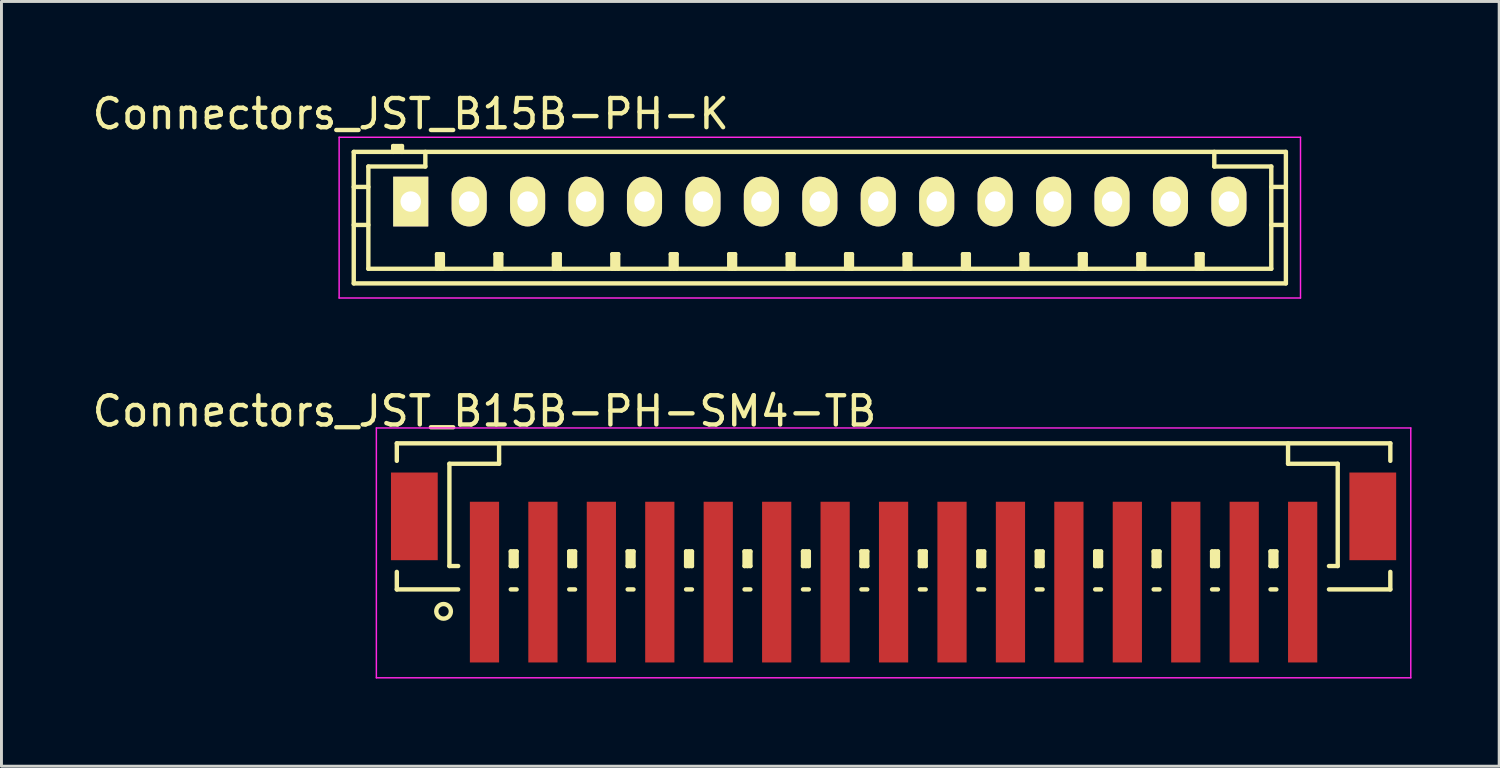
<source format=kicad_pcb>
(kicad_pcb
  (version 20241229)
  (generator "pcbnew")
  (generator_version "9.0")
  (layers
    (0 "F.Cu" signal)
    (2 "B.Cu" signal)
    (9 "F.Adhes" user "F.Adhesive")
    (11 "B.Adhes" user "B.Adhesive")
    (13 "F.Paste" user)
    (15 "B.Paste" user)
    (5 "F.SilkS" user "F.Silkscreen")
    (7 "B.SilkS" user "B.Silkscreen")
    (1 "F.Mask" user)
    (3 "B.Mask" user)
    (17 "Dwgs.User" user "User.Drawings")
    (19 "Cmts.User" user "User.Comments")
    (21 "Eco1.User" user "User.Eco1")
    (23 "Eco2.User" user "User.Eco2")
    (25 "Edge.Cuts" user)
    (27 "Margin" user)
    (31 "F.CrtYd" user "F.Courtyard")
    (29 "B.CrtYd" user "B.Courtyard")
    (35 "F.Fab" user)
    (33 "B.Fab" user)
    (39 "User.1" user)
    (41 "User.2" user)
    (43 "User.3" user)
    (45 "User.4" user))
  (footprint "Connectors_JST_B15B-PH-K"
    (layer "F.Cu")
    (at 11.006 3.848)
    (property "Reference" "Connectors_JST_B15B-PH-K" (at 0 -3 0) (layer "F.SilkS") (effects (font (size 1 1) (thickness 0.15))))
    (attr through_hole)
    (fp_line (start -1.95 -1.7) (end 29.95 -1.7) (stroke (width 0.15) (type solid)) (layer "F.SilkS"))
    (fp_line (start -1.95 -0.5) (end -1.45 -0.5) (stroke (width 0.15) (type solid)) (layer "F.SilkS"))
    (fp_line (start -1.95 0.8) (end -1.45 0.8) (stroke (width 0.15) (type solid)) (layer "F.SilkS"))
    (fp_line (start -1.95 2.8) (end -1.95 -1.7) (stroke (width 0.15) (type solid)) (layer "F.SilkS"))
    (fp_line (start -1.45 -1.2) (end -1.45 2.3) (stroke (width 0.15) (type solid)) (layer "F.SilkS"))
    (fp_line (start -1.45 2.3) (end 29.45 2.3) (stroke (width 0.15) (type solid)) (layer "F.SilkS"))
    (fp_line (start -0.6 -1.9) (end -0.6 -1.7) (stroke (width 0.15) (type solid)) (layer "F.SilkS"))
    (fp_line (start -0.3 -1.9) (end -0.6 -1.9) (stroke (width 0.15) (type solid)) (layer "F.SilkS"))
    (fp_line (start -0.3 -1.8) (end -0.6 -1.8) (stroke (width 0.15) (type solid)) (layer "F.SilkS"))
    (fp_line (start -0.3 -1.7) (end -0.3 -1.9) (stroke (width 0.15) (type solid)) (layer "F.SilkS"))
    (fp_line (start 0.5 -1.7) (end 0.5 -1.2) (stroke (width 0.15) (type solid)) (layer "F.SilkS"))
    (fp_line (start 0.5 -1.2) (end -1.45 -1.2) (stroke (width 0.15) (type solid)) (layer "F.SilkS"))
    (fp_line (start 0.9 1.8) (end 1.1 1.8) (stroke (width 0.15) (type solid)) (layer "F.SilkS"))
    (fp_line (start 0.9 2.3) (end 0.9 1.8) (stroke (width 0.15) (type solid)) (layer "F.SilkS"))
    (fp_line (start 1 2.3) (end 1 1.8) (stroke (width 0.15) (type solid)) (layer "F.SilkS"))
    (fp_line (start 1.1 1.8) (end 1.1 2.3) (stroke (width 0.15) (type solid)) (layer "F.SilkS"))
    (fp_line (start 2.9 1.8) (end 3.1 1.8) (stroke (width 0.15) (type solid)) (layer "F.SilkS"))
    (fp_line (start 2.9 2.3) (end 2.9 1.8) (stroke (width 0.15) (type solid)) (layer "F.SilkS"))
    (fp_line (start 3 2.3) (end 3 1.8) (stroke (width 0.15) (type solid)) (layer "F.SilkS"))
    (fp_line (start 3.1 1.8) (end 3.1 2.3) (stroke (width 0.15) (type solid)) (layer "F.SilkS"))
    (fp_line (start 4.9 1.8) (end 5.1 1.8) (stroke (width 0.15) (type solid)) (layer "F.SilkS"))
    (fp_line (start 4.9 2.3) (end 4.9 1.8) (stroke (width 0.15) (type solid)) (layer "F.SilkS"))
    (fp_line (start 5 2.3) (end 5 1.8) (stroke (width 0.15) (type solid)) (layer "F.SilkS"))
    (fp_line (start 5.1 1.8) (end 5.1 2.3) (stroke (width 0.15) (type solid)) (layer "F.SilkS"))
    (fp_line (start 6.9 1.8) (end 7.1 1.8) (stroke (width 0.15) (type solid)) (layer "F.SilkS"))
    (fp_line (start 6.9 2.3) (end 6.9 1.8) (stroke (width 0.15) (type solid)) (layer "F.SilkS"))
    (fp_line (start 7 2.3) (end 7 1.8) (stroke (width 0.15) (type solid)) (layer "F.SilkS"))
    (fp_line (start 7.1 1.8) (end 7.1 2.3) (stroke (width 0.15) (type solid)) (layer "F.SilkS"))
    (fp_line (start 8.9 1.8) (end 9.1 1.8) (stroke (width 0.15) (type solid)) (layer "F.SilkS"))
    (fp_line (start 8.9 2.3) (end 8.9 1.8) (stroke (width 0.15) (type solid)) (layer "F.SilkS"))
    (fp_line (start 9 2.3) (end 9 1.8) (stroke (width 0.15) (type solid)) (layer "F.SilkS"))
    (fp_line (start 9.1 1.8) (end 9.1 2.3) (stroke (width 0.15) (type solid)) (layer "F.SilkS"))
    (fp_line (start 10.9 1.8) (end 11.1 1.8) (stroke (width 0.15) (type solid)) (layer "F.SilkS"))
    (fp_line (start 10.9 2.3) (end 10.9 1.8) (stroke (width 0.15) (type solid)) (layer "F.SilkS"))
    (fp_line (start 11 2.3) (end 11 1.8) (stroke (width 0.15) (type solid)) (layer "F.SilkS"))
    (fp_line (start 11.1 1.8) (end 11.1 2.3) (stroke (width 0.15) (type solid)) (layer "F.SilkS"))
    (fp_line (start 12.9 1.8) (end 13.1 1.8) (stroke (width 0.15) (type solid)) (layer "F.SilkS"))
    (fp_line (start 12.9 2.3) (end 12.9 1.8) (stroke (width 0.15) (type solid)) (layer "F.SilkS"))
    (fp_line (start 13 2.3) (end 13 1.8) (stroke (width 0.15) (type solid)) (layer "F.SilkS"))
    (fp_line (start 13.1 1.8) (end 13.1 2.3) (stroke (width 0.15) (type solid)) (layer "F.SilkS"))
    (fp_line (start 14.9 1.8) (end 15.1 1.8) (stroke (width 0.15) (type solid)) (layer "F.SilkS"))
    (fp_line (start 14.9 2.3) (end 14.9 1.8) (stroke (width 0.15) (type solid)) (layer "F.SilkS"))
    (fp_line (start 15 2.3) (end 15 1.8) (stroke (width 0.15) (type solid)) (layer "F.SilkS"))
    (fp_line (start 15.1 1.8) (end 15.1 2.3) (stroke (width 0.15) (type solid)) (layer "F.SilkS"))
    (fp_line (start 16.9 1.8) (end 17.1 1.8) (stroke (width 0.15) (type solid)) (layer "F.SilkS"))
    (fp_line (start 16.9 2.3) (end 16.9 1.8) (stroke (width 0.15) (type solid)) (layer "F.SilkS"))
    (fp_line (start 17 2.3) (end 17 1.8) (stroke (width 0.15) (type solid)) (layer "F.SilkS"))
    (fp_line (start 17.1 1.8) (end 17.1 2.3) (stroke (width 0.15) (type solid)) (layer "F.SilkS"))
    (fp_line (start 18.9 1.8) (end 19.1 1.8) (stroke (width 0.15) (type solid)) (layer "F.SilkS"))
    (fp_line (start 18.9 2.3) (end 18.9 1.8) (stroke (width 0.15) (type solid)) (layer "F.SilkS"))
    (fp_line (start 19 2.3) (end 19 1.8) (stroke (width 0.15) (type solid)) (layer "F.SilkS"))
    (fp_line (start 19.1 1.8) (end 19.1 2.3) (stroke (width 0.15) (type solid)) (layer "F.SilkS"))
    (fp_line (start 20.9 1.8) (end 21.1 1.8) (stroke (width 0.15) (type solid)) (layer "F.SilkS"))
    (fp_line (start 20.9 2.3) (end 20.9 1.8) (stroke (width 0.15) (type solid)) (layer "F.SilkS"))
    (fp_line (start 21 2.3) (end 21 1.8) (stroke (width 0.15) (type solid)) (layer "F.SilkS"))
    (fp_line (start 21.1 1.8) (end 21.1 2.3) (stroke (width 0.15) (type solid)) (layer "F.SilkS"))
    (fp_line (start 22.9 1.8) (end 23.1 1.8) (stroke (width 0.15) (type solid)) (layer "F.SilkS"))
    (fp_line (start 22.9 2.3) (end 22.9 1.8) (stroke (width 0.15) (type solid)) (layer "F.SilkS"))
    (fp_line (start 23 2.3) (end 23 1.8) (stroke (width 0.15) (type solid)) (layer "F.SilkS"))
    (fp_line (start 23.1 1.8) (end 23.1 2.3) (stroke (width 0.15) (type solid)) (layer "F.SilkS"))
    (fp_line (start 24.9 1.8) (end 25.1 1.8) (stroke (width 0.15) (type solid)) (layer "F.SilkS"))
    (fp_line (start 24.9 2.3) (end 24.9 1.8) (stroke (width 0.15) (type solid)) (layer "F.SilkS"))
    (fp_line (start 25 2.3) (end 25 1.8) (stroke (width 0.15) (type solid)) (layer "F.SilkS"))
    (fp_line (start 25.1 1.8) (end 25.1 2.3) (stroke (width 0.15) (type solid)) (layer "F.SilkS"))
    (fp_line (start 26.9 1.8) (end 27.1 1.8) (stroke (width 0.15) (type solid)) (layer "F.SilkS"))
    (fp_line (start 26.9 2.3) (end 26.9 1.8) (stroke (width 0.15) (type solid)) (layer "F.SilkS"))
    (fp_line (start 27 2.3) (end 27 1.8) (stroke (width 0.15) (type solid)) (layer "F.SilkS"))
    (fp_line (start 27.1 1.8) (end 27.1 2.3) (stroke (width 0.15) (type solid)) (layer "F.SilkS"))
    (fp_line (start 27.5 -1.2) (end 27.5 -1.7) (stroke (width 0.15) (type solid)) (layer "F.SilkS"))
    (fp_line (start 29.45 -1.2) (end 27.5 -1.2) (stroke (width 0.15) (type solid)) (layer "F.SilkS"))
    (fp_line (start 29.45 -0.5) (end 29.95 -0.5) (stroke (width 0.15) (type solid)) (layer "F.SilkS"))
    (fp_line (start 29.45 0.8) (end 29.95 0.8) (stroke (width 0.15) (type solid)) (layer "F.SilkS"))
    (fp_line (start 29.45 2.3) (end 29.45 -1.2) (stroke (width 0.15) (type solid)) (layer "F.SilkS"))
    (fp_line (start 29.95 -1.7) (end 29.95 2.8) (stroke (width 0.15) (type solid)) (layer "F.SilkS"))
    (fp_line (start 29.95 2.8) (end -1.95 2.8) (stroke (width 0.15) (type solid)) (layer "F.SilkS"))
    (fp_line (start -2.45 -2.2) (end 30.45 -2.2) (stroke (width 0.05) (type solid)) (layer "F.CrtYd"))
    (fp_line (start -2.45 3.3) (end -2.45 -2.2) (stroke (width 0.05) (type solid)) (layer "F.CrtYd"))
    (fp_line (start 30.45 -2.2) (end 30.45 3.3) (stroke (width 0.05) (type solid)) (layer "F.CrtYd"))
    (fp_line (start 30.45 3.3) (end -2.45 3.3) (stroke (width 0.05) (type solid)) (layer "F.CrtYd"))
    (pad "1" thru_hole rect (at 0 0) (size 1.2 1.7) (drill 0.7) (layers "*.Cu" "*.Mask" "F.SilkS"))
    (pad "2" thru_hole oval (at 2 0) (size 1.2 1.7) (drill 0.7) (layers "*.Cu" "*.Mask" "F.SilkS"))
    (pad "3" thru_hole oval (at 4 0) (size 1.2 1.7) (drill 0.7) (layers "*.Cu" "*.Mask" "F.SilkS"))
    (pad "4" thru_hole oval (at 6 0) (size 1.2 1.7) (drill 0.7) (layers "*.Cu" "*.Mask" "F.SilkS"))
    (pad "5" thru_hole oval (at 8 0) (size 1.2 1.7) (drill 0.7) (layers "*.Cu" "*.Mask" "F.SilkS"))
    (pad "6" thru_hole oval (at 10 0) (size 1.2 1.7) (drill 0.7) (layers "*.Cu" "*.Mask" "F.SilkS"))
    (pad "7" thru_hole oval (at 12 0) (size 1.2 1.7) (drill 0.7) (layers "*.Cu" "*.Mask" "F.SilkS"))
    (pad "8" thru_hole oval (at 14 0) (size 1.2 1.7) (drill 0.7) (layers "*.Cu" "*.Mask" "F.SilkS"))
    (pad "9" thru_hole oval (at 16 0) (size 1.2 1.7) (drill 0.7) (layers "*.Cu" "*.Mask" "F.SilkS"))
    (pad "10" thru_hole oval (at 18 0) (size 1.2 1.7) (drill 0.7) (layers "*.Cu" "*.Mask" "F.SilkS"))
    (pad "11" thru_hole oval (at 20 0) (size 1.2 1.7) (drill 0.7) (layers "*.Cu" "*.Mask" "F.SilkS"))
    (pad "12" thru_hole oval (at 22 0) (size 1.2 1.7) (drill 0.7) (layers "*.Cu" "*.Mask" "F.SilkS"))
    (pad "13" thru_hole oval (at 24 0) (size 1.2 1.7) (drill 0.7) (layers "*.Cu" "*.Mask" "F.SilkS"))
    (pad "14" thru_hole oval (at 26 0) (size 1.2 1.7) (drill 0.7) (layers "*.Cu" "*.Mask" "F.SilkS"))
    (pad "15" thru_hole oval (at 28 0) (size 1.2 1.7) (drill 0.7) (layers "*.Cu" "*.Mask" "F.SilkS")))
  (footprint "Connectors_JST_B15B-PH-SM4-TB"
    (layer "F.Cu")
    (at 27.53 15.746)
    (property "Reference" "Connectors_JST_B15B-PH-SM4-TB" (at -14 -4.725 0) (layer "F.SilkS") (effects (font (size 1 1) (thickness 0.15))))
    (attr smd)
    (fp_line (start -17 -3.625) (end 17 -3.625) (stroke (width 0.15) (type solid)) (layer "F.SilkS"))
    (fp_line (start -17 -3.025) (end -17 -3.625) (stroke (width 0.15) (type solid)) (layer "F.SilkS"))
    (fp_line (start -17 0.775) (end -17 1.375) (stroke (width 0.15) (type solid)) (layer "F.SilkS"))
    (fp_line (start -17 1.375) (end -14.9 1.375) (stroke (width 0.15) (type solid)) (layer "F.SilkS"))
    (fp_line (start -15.2 -2.925) (end -15.2 0.575) (stroke (width 0.15) (type solid)) (layer "F.SilkS"))
    (fp_line (start -15.2 0.575) (end -14.9 0.575) (stroke (width 0.15) (type solid)) (layer "F.SilkS"))
    (fp_line (start -13.5 -3.625) (end -13.5 -2.925) (stroke (width 0.15) (type solid)) (layer "F.SilkS"))
    (fp_line (start -13.5 -2.925) (end -15.2 -2.925) (stroke (width 0.15) (type solid)) (layer "F.SilkS"))
    (fp_line (start -13.1 0.075) (end -12.9 0.075) (stroke (width 0.15) (type solid)) (layer "F.SilkS"))
    (fp_line (start -13.1 0.575) (end -13.1 0.075) (stroke (width 0.15) (type solid)) (layer "F.SilkS"))
    (fp_line (start -13.1 0.575) (end -12.9 0.575) (stroke (width 0.15) (type solid)) (layer "F.SilkS"))
    (fp_line (start -13.1 1.375) (end -12.9 1.375) (stroke (width 0.15) (type solid)) (layer "F.SilkS"))
    (fp_line (start -13 0.575) (end -13 0.075) (stroke (width 0.15) (type solid)) (layer "F.SilkS"))
    (fp_line (start -12.9 0.075) (end -12.9 0.575) (stroke (width 0.15) (type solid)) (layer "F.SilkS"))
    (fp_line (start -11.1 0.075) (end -10.9 0.075) (stroke (width 0.15) (type solid)) (layer "F.SilkS"))
    (fp_line (start -11.1 0.575) (end -11.1 0.075) (stroke (width 0.15) (type solid)) (layer "F.SilkS"))
    (fp_line (start -11.1 0.575) (end -10.9 0.575) (stroke (width 0.15) (type solid)) (layer "F.SilkS"))
    (fp_line (start -11.1 1.375) (end -10.9 1.375) (stroke (width 0.15) (type solid)) (layer "F.SilkS"))
    (fp_line (start -11 0.575) (end -11 0.075) (stroke (width 0.15) (type solid)) (layer "F.SilkS"))
    (fp_line (start -10.9 0.075) (end -10.9 0.575) (stroke (width 0.15) (type solid)) (layer "F.SilkS"))
    (fp_line (start -9.1 0.075) (end -8.9 0.075) (stroke (width 0.15) (type solid)) (layer "F.SilkS"))
    (fp_line (start -9.1 0.575) (end -9.1 0.075) (stroke (width 0.15) (type solid)) (layer "F.SilkS"))
    (fp_line (start -9.1 0.575) (end -8.9 0.575) (stroke (width 0.15) (type solid)) (layer "F.SilkS"))
    (fp_line (start -9.1 1.375) (end -8.9 1.375) (stroke (width 0.15) (type solid)) (layer "F.SilkS"))
    (fp_line (start -9 0.575) (end -9 0.075) (stroke (width 0.15) (type solid)) (layer "F.SilkS"))
    (fp_line (start -8.9 0.075) (end -8.9 0.575) (stroke (width 0.15) (type solid)) (layer "F.SilkS"))
    (fp_line (start -7.1 0.075) (end -6.9 0.075) (stroke (width 0.15) (type solid)) (layer "F.SilkS"))
    (fp_line (start -7.1 0.575) (end -7.1 0.075) (stroke (width 0.15) (type solid)) (layer "F.SilkS"))
    (fp_line (start -7.1 0.575) (end -6.9 0.575) (stroke (width 0.15) (type solid)) (layer "F.SilkS"))
    (fp_line (start -7.1 1.375) (end -6.9 1.375) (stroke (width 0.15) (type solid)) (layer "F.SilkS"))
    (fp_line (start -7 0.575) (end -7 0.075) (stroke (width 0.15) (type solid)) (layer "F.SilkS"))
    (fp_line (start -6.9 0.075) (end -6.9 0.575) (stroke (width 0.15) (type solid)) (layer "F.SilkS"))
    (fp_line (start -5.1 0.075) (end -4.9 0.075) (stroke (width 0.15) (type solid)) (layer "F.SilkS"))
    (fp_line (start -5.1 0.575) (end -5.1 0.075) (stroke (width 0.15) (type solid)) (layer "F.SilkS"))
    (fp_line (start -5.1 0.575) (end -4.9 0.575) (stroke (width 0.15) (type solid)) (layer "F.SilkS"))
    (fp_line (start -5.1 1.375) (end -4.9 1.375) (stroke (width 0.15) (type solid)) (layer "F.SilkS"))
    (fp_line (start -5 0.575) (end -5 0.075) (stroke (width 0.15) (type solid)) (layer "F.SilkS"))
    (fp_line (start -4.9 0.075) (end -4.9 0.575) (stroke (width 0.15) (type solid)) (layer "F.SilkS"))
    (fp_line (start -3.1 0.075) (end -2.9 0.075) (stroke (width 0.15) (type solid)) (layer "F.SilkS"))
    (fp_line (start -3.1 0.575) (end -3.1 0.075) (stroke (width 0.15) (type solid)) (layer "F.SilkS"))
    (fp_line (start -3.1 0.575) (end -2.9 0.575) (stroke (width 0.15) (type solid)) (layer "F.SilkS"))
    (fp_line (start -3.1 1.375) (end -2.9 1.375) (stroke (width 0.15) (type solid)) (layer "F.SilkS"))
    (fp_line (start -3 0.575) (end -3 0.075) (stroke (width 0.15) (type solid)) (layer "F.SilkS"))
    (fp_line (start -2.9 0.075) (end -2.9 0.575) (stroke (width 0.15) (type solid)) (layer "F.SilkS"))
    (fp_line (start -1.1 0.075) (end -0.9 0.075) (stroke (width 0.15) (type solid)) (layer "F.SilkS"))
    (fp_line (start -1.1 0.575) (end -1.1 0.075) (stroke (width 0.15) (type solid)) (layer "F.SilkS"))
    (fp_line (start -1.1 0.575) (end -0.9 0.575) (stroke (width 0.15) (type solid)) (layer "F.SilkS"))
    (fp_line (start -1.1 1.375) (end -0.9 1.375) (stroke (width 0.15) (type solid)) (layer "F.SilkS"))
    (fp_line (start -1 0.575) (end -1 0.075) (stroke (width 0.15) (type solid)) (layer "F.SilkS"))
    (fp_line (start -0.9 0.075) (end -0.9 0.575) (stroke (width 0.15) (type solid)) (layer "F.SilkS"))
    (fp_line (start 0.9 0.075) (end 1.1 0.075) (stroke (width 0.15) (type solid)) (layer "F.SilkS"))
    (fp_line (start 0.9 0.575) (end 0.9 0.075) (stroke (width 0.15) (type solid)) (layer "F.SilkS"))
    (fp_line (start 0.9 0.575) (end 1.1 0.575) (stroke (width 0.15) (type solid)) (layer "F.SilkS"))
    (fp_line (start 0.9 1.375) (end 1.1 1.375) (stroke (width 0.15) (type solid)) (layer "F.SilkS"))
    (fp_line (start 1 0.575) (end 1 0.075) (stroke (width 0.15) (type solid)) (layer "F.SilkS"))
    (fp_line (start 1.1 0.075) (end 1.1 0.575) (stroke (width 0.15) (type solid)) (layer "F.SilkS"))
    (fp_line (start 2.9 0.075) (end 3.1 0.075) (stroke (width 0.15) (type solid)) (layer "F.SilkS"))
    (fp_line (start 2.9 0.575) (end 2.9 0.075) (stroke (width 0.15) (type solid)) (layer "F.SilkS"))
    (fp_line (start 2.9 0.575) (end 3.1 0.575) (stroke (width 0.15) (type solid)) (layer "F.SilkS"))
    (fp_line (start 2.9 1.375) (end 3.1 1.375) (stroke (width 0.15) (type solid)) (layer "F.SilkS"))
    (fp_line (start 3 0.575) (end 3 0.075) (stroke (width 0.15) (type solid)) (layer "F.SilkS"))
    (fp_line (start 3.1 0.075) (end 3.1 0.575) (stroke (width 0.15) (type solid)) (layer "F.SilkS"))
    (fp_line (start 4.9 0.075) (end 5.1 0.075) (stroke (width 0.15) (type solid)) (layer "F.SilkS"))
    (fp_line (start 4.9 0.575) (end 4.9 0.075) (stroke (width 0.15) (type solid)) (layer "F.SilkS"))
    (fp_line (start 4.9 0.575) (end 5.1 0.575) (stroke (width 0.15) (type solid)) (layer "F.SilkS"))
    (fp_line (start 4.9 1.375) (end 5.1 1.375) (stroke (width 0.15) (type solid)) (layer "F.SilkS"))
    (fp_line (start 5 0.575) (end 5 0.075) (stroke (width 0.15) (type solid)) (layer "F.SilkS"))
    (fp_line (start 5.1 0.075) (end 5.1 0.575) (stroke (width 0.15) (type solid)) (layer "F.SilkS"))
    (fp_line (start 6.9 0.075) (end 7.1 0.075) (stroke (width 0.15) (type solid)) (layer "F.SilkS"))
    (fp_line (start 6.9 0.575) (end 6.9 0.075) (stroke (width 0.15) (type solid)) (layer "F.SilkS"))
    (fp_line (start 6.9 0.575) (end 7.1 0.575) (stroke (width 0.15) (type solid)) (layer "F.SilkS"))
    (fp_line (start 6.9 1.375) (end 7.1 1.375) (stroke (width 0.15) (type solid)) (layer "F.SilkS"))
    (fp_line (start 7 0.575) (end 7 0.075) (stroke (width 0.15) (type solid)) (layer "F.SilkS"))
    (fp_line (start 7.1 0.075) (end 7.1 0.575) (stroke (width 0.15) (type solid)) (layer "F.SilkS"))
    (fp_line (start 8.9 0.075) (end 9.1 0.075) (stroke (width 0.15) (type solid)) (layer "F.SilkS"))
    (fp_line (start 8.9 0.575) (end 8.9 0.075) (stroke (width 0.15) (type solid)) (layer "F.SilkS"))
    (fp_line (start 8.9 0.575) (end 9.1 0.575) (stroke (width 0.15) (type solid)) (layer "F.SilkS"))
    (fp_line (start 8.9 1.375) (end 9.1 1.375) (stroke (width 0.15) (type solid)) (layer "F.SilkS"))
    (fp_line (start 9 0.575) (end 9 0.075) (stroke (width 0.15) (type solid)) (layer "F.SilkS"))
    (fp_line (start 9.1 0.075) (end 9.1 0.575) (stroke (width 0.15) (type solid)) (layer "F.SilkS"))
    (fp_line (start 10.9 0.075) (end 11.1 0.075) (stroke (width 0.15) (type solid)) (layer "F.SilkS"))
    (fp_line (start 10.9 0.575) (end 10.9 0.075) (stroke (width 0.15) (type solid)) (layer "F.SilkS"))
    (fp_line (start 10.9 0.575) (end 11.1 0.575) (stroke (width 0.15) (type solid)) (layer "F.SilkS"))
    (fp_line (start 10.9 1.375) (end 11.1 1.375) (stroke (width 0.15) (type solid)) (layer "F.SilkS"))
    (fp_line (start 11 0.575) (end 11 0.075) (stroke (width 0.15) (type solid)) (layer "F.SilkS"))
    (fp_line (start 11.1 0.075) (end 11.1 0.575) (stroke (width 0.15) (type solid)) (layer "F.SilkS"))
    (fp_line (start 12.9 0.075) (end 13.1 0.075) (stroke (width 0.15) (type solid)) (layer "F.SilkS"))
    (fp_line (start 12.9 0.575) (end 12.9 0.075) (stroke (width 0.15) (type solid)) (layer "F.SilkS"))
    (fp_line (start 12.9 0.575) (end 13.1 0.575) (stroke (width 0.15) (type solid)) (layer "F.SilkS"))
    (fp_line (start 12.9 1.375) (end 13.1 1.375) (stroke (width 0.15) (type solid)) (layer "F.SilkS"))
    (fp_line (start 13 0.575) (end 13 0.075) (stroke (width 0.15) (type solid)) (layer "F.SilkS"))
    (fp_line (start 13.1 0.075) (end 13.1 0.575) (stroke (width 0.15) (type solid)) (layer "F.SilkS"))
    (fp_line (start 13.5 -3.625) (end 13.5 -2.925) (stroke (width 0.15) (type solid)) (layer "F.SilkS"))
    (fp_line (start 13.5 -2.925) (end 15.2 -2.925) (stroke (width 0.15) (type solid)) (layer "F.SilkS"))
    (fp_line (start 15.2 -2.925) (end 15.2 0.575) (stroke (width 0.15) (type solid)) (layer "F.SilkS"))
    (fp_line (start 15.2 0.575) (end 14.9 0.575) (stroke (width 0.15) (type solid)) (layer "F.SilkS"))
    (fp_line (start 17 -3.625) (end 17 -3.025) (stroke (width 0.15) (type solid)) (layer "F.SilkS"))
    (fp_line (start 17 0.775) (end 17 1.375) (stroke (width 0.15) (type solid)) (layer "F.SilkS"))
    (fp_line (start 17 1.375) (end 14.9 1.375) (stroke (width 0.15) (type solid)) (layer "F.SilkS"))
    (fp_circle (center -15.4 2.125) (end -15.15 2.125) (stroke (width 0.15) (type solid)) (fill no) (layer "F.SilkS"))
    (fp_line (start -17.7 -4.15) (end 17.7 -4.15) (stroke (width 0.05) (type solid)) (layer "F.CrtYd"))
    (fp_line (start -17.7 4.4) (end -17.7 -4.15) (stroke (width 0.05) (type solid)) (layer "F.CrtYd"))
    (fp_line (start 17.7 -4.15) (end 17.7 4.4) (stroke (width 0.05) (type solid)) (layer "F.CrtYd"))
    (fp_line (start 17.7 4.4) (end -17.7 4.4) (stroke (width 0.05) (type solid)) (layer "F.CrtYd"))
    (pad "" smd rect (at -16.4 -1.125) (size 1.6 3) (layers "F.Cu" "F.Mask" "F.Paste"))
    (pad "" smd rect (at 16.4 -1.125) (size 1.6 3) (layers "F.Cu" "F.Mask" "F.Paste"))
    (pad "1" smd rect (at -14 1.125) (size 1 5.5) (layers "F.Cu" "F.Mask" "F.Paste"))
    (pad "2" smd rect (at -12 1.125) (size 1 5.5) (layers "F.Cu" "F.Mask" "F.Paste"))
    (pad "3" smd rect (at -10 1.125) (size 1 5.5) (layers "F.Cu" "F.Mask" "F.Paste"))
    (pad "4" smd rect (at -8 1.125) (size 1 5.5) (layers "F.Cu" "F.Mask" "F.Paste"))
    (pad "5" smd rect (at -6 1.125) (size 1 5.5) (layers "F.Cu" "F.Mask" "F.Paste"))
    (pad "6" smd rect (at -4 1.125) (size 1 5.5) (layers "F.Cu" "F.Mask" "F.Paste"))
    (pad "7" smd rect (at -2 1.125) (size 1 5.5) (layers "F.Cu" "F.Mask" "F.Paste"))
    (pad "8" smd rect (at 0 1.125) (size 1 5.5) (layers "F.Cu" "F.Mask" "F.Paste"))
    (pad "9" smd rect (at 2 1.125) (size 1 5.5) (layers "F.Cu" "F.Mask" "F.Paste"))
    (pad "10" smd rect (at 4 1.125) (size 1 5.5) (layers "F.Cu" "F.Mask" "F.Paste"))
    (pad "11" smd rect (at 6 1.125) (size 1 5.5) (layers "F.Cu" "F.Mask" "F.Paste"))
    (pad "12" smd rect (at 8 1.125) (size 1 5.5) (layers "F.Cu" "F.Mask" "F.Paste"))
    (pad "13" smd rect (at 10 1.125) (size 1 5.5) (layers "F.Cu" "F.Mask" "F.Paste"))
    (pad "14" smd rect (at 12 1.125) (size 1 5.5) (layers "F.Cu" "F.Mask" "F.Paste"))
    (pad "15" smd rect (at 14 1.125) (size 1 5.5) (layers "F.Cu" "F.Mask" "F.Paste")))
  (gr_rect
    (start -3 -3)
    (end 48.255 23.172)
    (stroke (width 0.1) (type default))
    (fill no)
    (layer "Edge.Cuts")))
</source>
